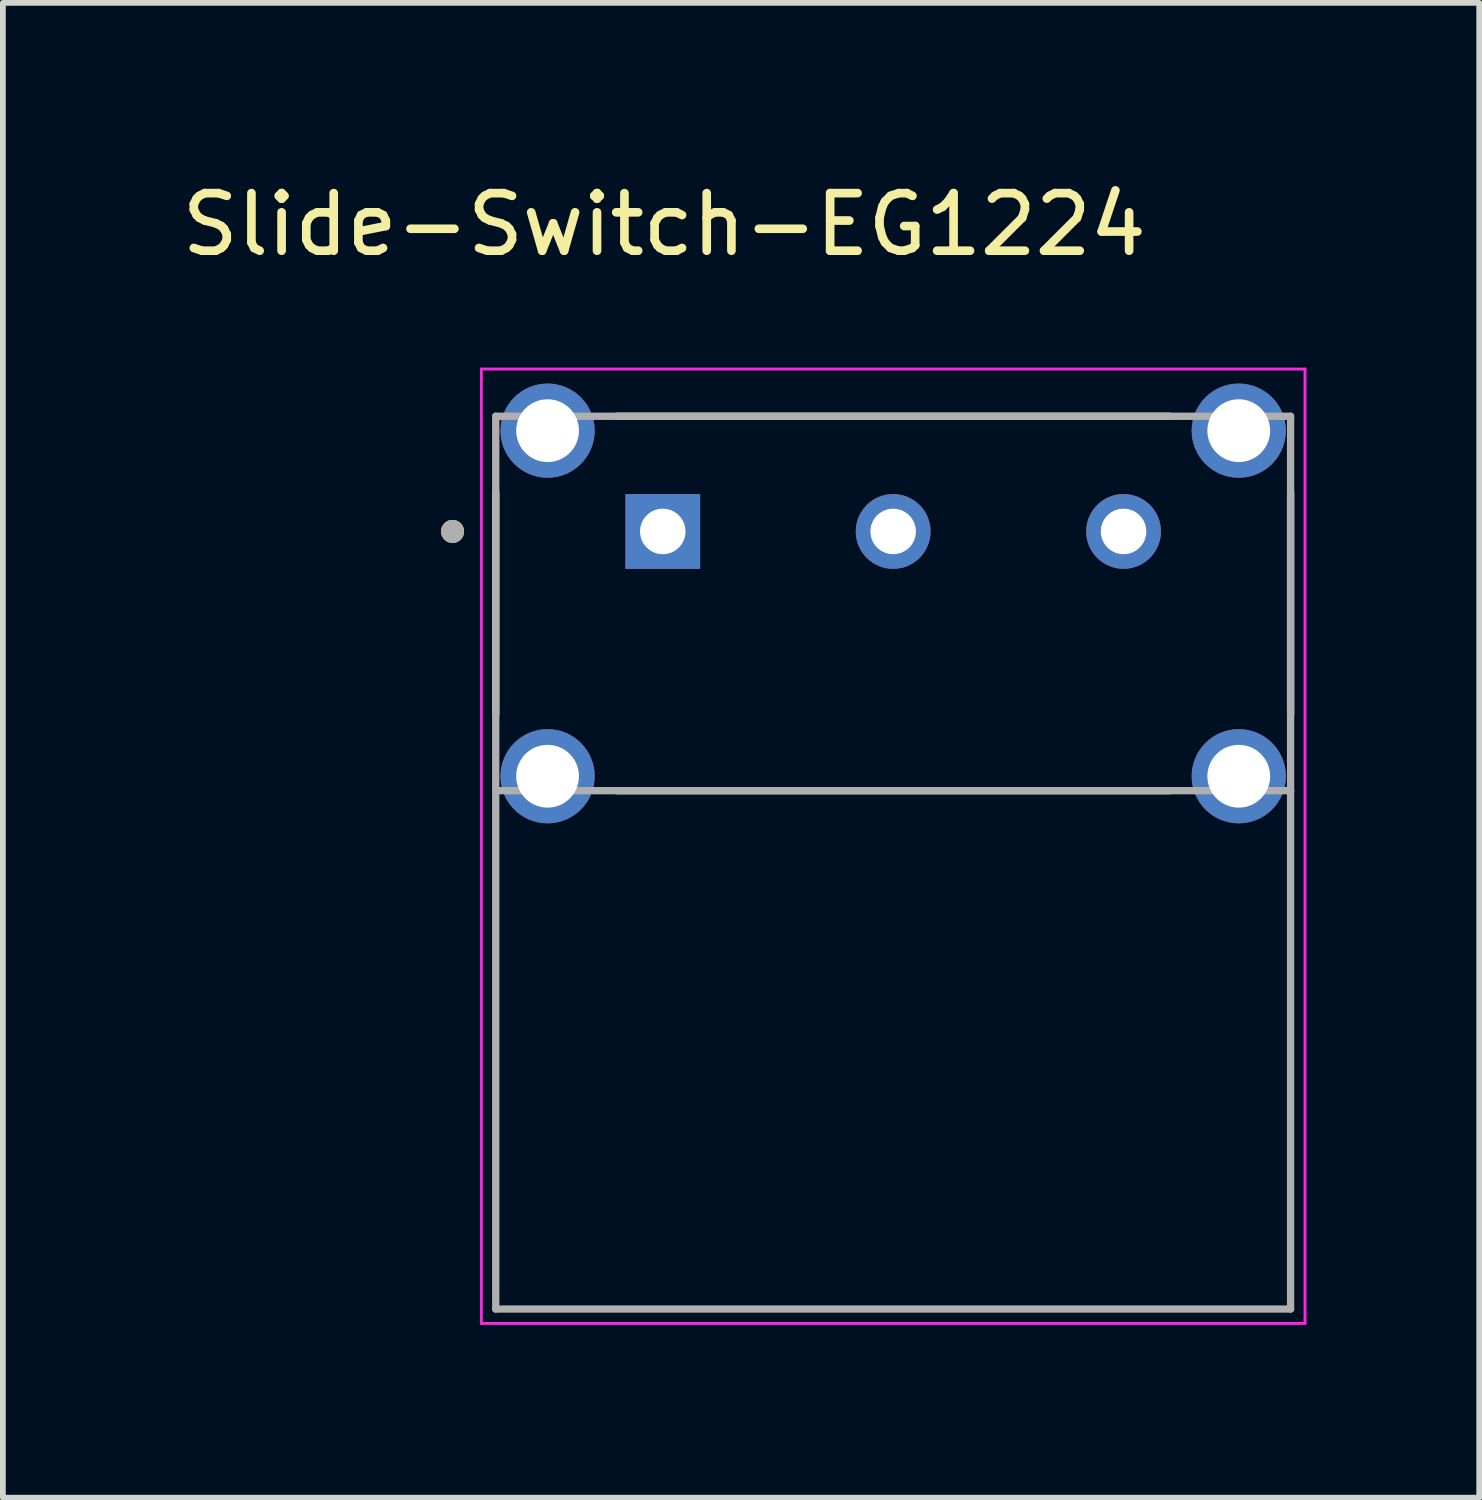
<source format=kicad_pcb>
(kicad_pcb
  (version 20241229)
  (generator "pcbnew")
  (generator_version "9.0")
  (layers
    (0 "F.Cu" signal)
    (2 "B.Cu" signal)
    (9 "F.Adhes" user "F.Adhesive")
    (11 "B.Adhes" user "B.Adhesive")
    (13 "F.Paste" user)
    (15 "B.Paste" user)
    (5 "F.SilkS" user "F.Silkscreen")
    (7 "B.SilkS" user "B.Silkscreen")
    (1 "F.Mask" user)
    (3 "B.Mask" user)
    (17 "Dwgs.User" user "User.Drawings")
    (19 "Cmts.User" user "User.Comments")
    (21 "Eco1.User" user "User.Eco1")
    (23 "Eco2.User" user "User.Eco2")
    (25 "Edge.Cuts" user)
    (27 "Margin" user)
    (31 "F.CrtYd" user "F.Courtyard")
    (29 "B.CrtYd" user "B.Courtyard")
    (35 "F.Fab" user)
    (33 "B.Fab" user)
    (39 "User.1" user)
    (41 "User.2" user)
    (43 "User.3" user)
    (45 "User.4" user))
  (footprint "Slide-Switch-EG1224"
    (layer "F.Cu")
    (at 12.457 7.427)
    (property "Reference" "Slide-Switch-EG1224" (at -3.975 -6.579 0) (layer "F.SilkS") (effects (font (size 1 1) (thickness 0.15))))
    (attr through_hole)
    (fp_line (start -6.9 -1.926) (end -6.9 1.926) (stroke (width 0.127) (type solid)) (layer "F.SilkS"))
    (fp_line (start -4.8 -3.25) (end 4.8 -3.25) (stroke (width 0.127) (type solid)) (layer "F.SilkS"))
    (fp_line (start -4.8 3.25) (end 4.8 3.25) (stroke (width 0.127) (type solid)) (layer "F.SilkS"))
    (fp_line (start 6.9 -1.926) (end 6.9 1.926) (stroke (width 0.127) (type solid)) (layer "F.SilkS"))
    (fp_circle (center -7.65 -1.25) (end -7.55 -1.25) (stroke (width 0.2) (type solid)) (fill no) (layer "F.SilkS"))
    (fp_line (start -7.15 -4.07) (end -7.15 12.5) (stroke (width 0.05) (type solid)) (layer "F.CrtYd"))
    (fp_line (start -7.15 12.5) (end 7.15 12.5) (stroke (width 0.05) (type solid)) (layer "F.CrtYd"))
    (fp_line (start 7.15 -4.07) (end -7.15 -4.07) (stroke (width 0.05) (type solid)) (layer "F.CrtYd"))
    (fp_line (start 7.15 12.5) (end 7.15 -4.07) (stroke (width 0.05) (type solid)) (layer "F.CrtYd"))
    (fp_line (start -6.9 -3.25) (end 6.9 -3.25) (stroke (width 0.127) (type solid)) (layer "F.Fab"))
    (fp_line (start -6.9 3.25) (end -6.9 -3.25) (stroke (width 0.127) (type solid)) (layer "F.Fab"))
    (fp_line (start -6.9 12.25) (end -6.9 3.25) (stroke (width 0.127) (type solid)) (layer "F.Fab"))
    (fp_line (start 6.9 -3.25) (end 6.9 3.25) (stroke (width 0.127) (type solid)) (layer "F.Fab"))
    (fp_line (start 6.9 3.25) (end -6.9 3.25) (stroke (width 0.127) (type solid)) (layer "F.Fab"))
    (fp_line (start 6.9 3.25) (end 6.9 12.25) (stroke (width 0.127) (type solid)) (layer "F.Fab"))
    (fp_line (start 6.9 12.25) (end -6.9 12.25) (stroke (width 0.127) (type solid)) (layer "F.Fab"))
    (fp_circle (center -7.65 -1.25) (end -7.55 -1.25) (stroke (width 0.2) (type solid)) (fill no) (layer "F.Fab"))
    (pad "1" thru_hole rect (at -4 -1.25) (size 1.298 1.298) (drill 0.79) (layers "*.Cu" "*.Mask"))
    (pad "2" thru_hole circle (at 0 -1.25) (size 1.298 1.298) (drill 0.79) (layers "*.Cu" "*.Mask"))
    (pad "3" thru_hole circle (at 4 -1.25) (size 1.298 1.298) (drill 0.79) (layers "*.Cu" "*.Mask"))
    (pad "S1" thru_hole circle (at -6 3) (size 1.635 1.635) (drill 1.09) (layers "*.Cu" "*.Mask"))
    (pad "S2" thru_hole circle (at 6 3) (size 1.635 1.635) (drill 1.09) (layers "*.Cu" "*.Mask"))
    (pad "S3" thru_hole circle (at 6 -3) (size 1.635 1.635) (drill 1.09) (layers "*.Cu" "*.Mask"))
    (pad "S4" thru_hole circle (at -6 -3) (size 1.635 1.635) (drill 1.09) (layers "*.Cu" "*.Mask")))
  (gr_rect
    (start -3 -3)
    (end 22.632 22.952)
    (stroke (width 0.1) (type default))
    (fill no)
    (layer "Edge.Cuts")))
</source>
